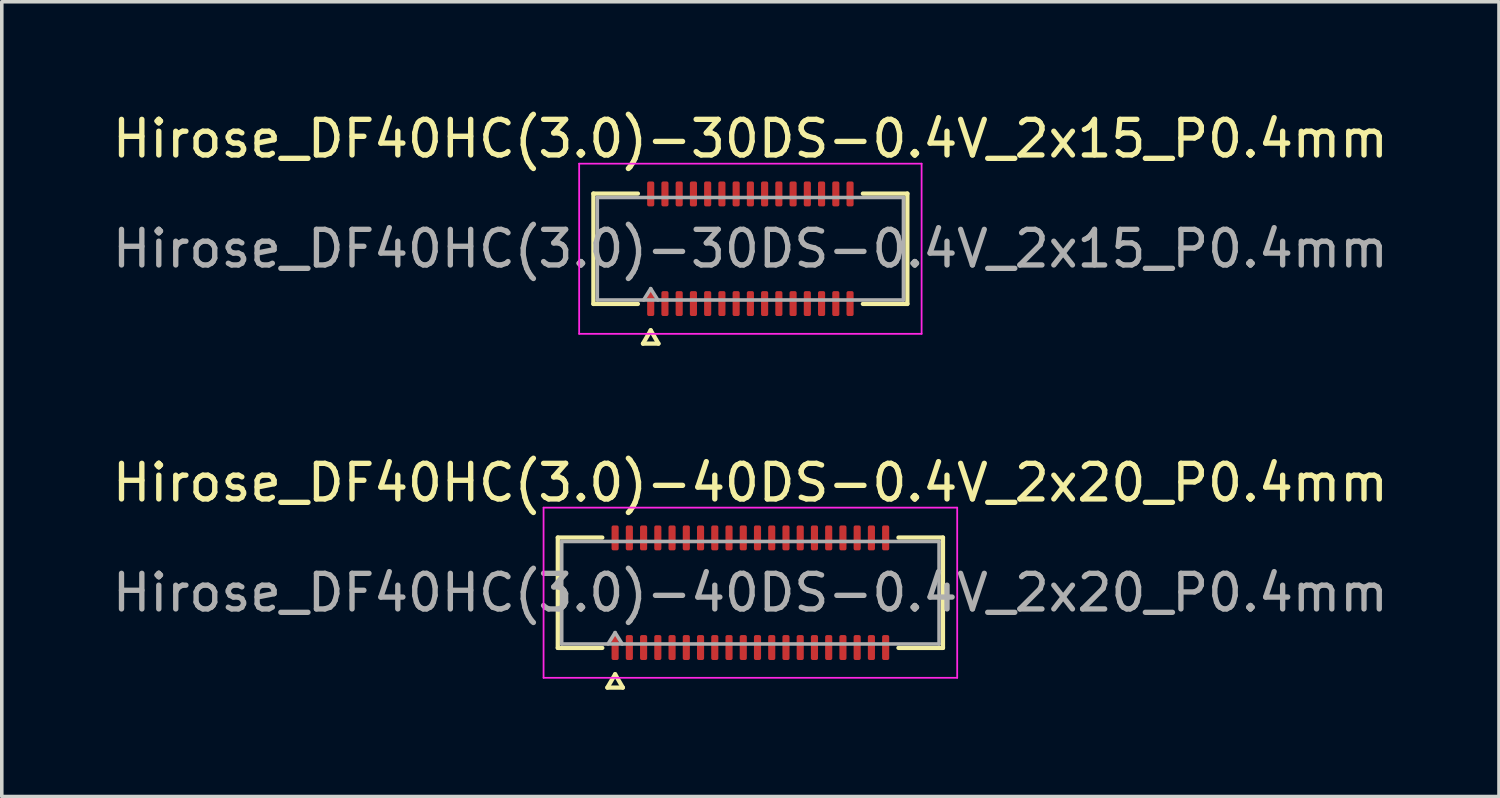
<source format=kicad_pcb>
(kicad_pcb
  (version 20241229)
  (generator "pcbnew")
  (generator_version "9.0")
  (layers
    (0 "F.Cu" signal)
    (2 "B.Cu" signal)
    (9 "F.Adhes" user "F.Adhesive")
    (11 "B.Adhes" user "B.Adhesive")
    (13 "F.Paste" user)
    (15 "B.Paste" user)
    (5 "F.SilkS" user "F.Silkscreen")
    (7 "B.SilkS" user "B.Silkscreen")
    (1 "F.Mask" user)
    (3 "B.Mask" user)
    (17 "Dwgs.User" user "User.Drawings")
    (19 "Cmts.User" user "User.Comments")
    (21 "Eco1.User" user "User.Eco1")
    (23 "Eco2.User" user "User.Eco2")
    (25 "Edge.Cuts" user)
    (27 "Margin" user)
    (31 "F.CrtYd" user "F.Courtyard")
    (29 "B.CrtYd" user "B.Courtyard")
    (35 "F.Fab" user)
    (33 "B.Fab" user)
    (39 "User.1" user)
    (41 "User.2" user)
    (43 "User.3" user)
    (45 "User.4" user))
  (footprint "Hirose_DF40HC(3.0)-40DS-0.4V_2x20_P0.4mm"
    (layer "F.Cu")
    (at 18.03 13.601)
    (property "Reference" "Hirose_DF40HC(3.0)-40DS-0.4V_2x20_P0.4mm" (at 0 -3.09 0) (layer "F.SilkS") (effects (font (size 1 1) (thickness 0.15))))
    (attr smd)
    (fp_line (start -5.41 -1.55) (end -4.16 -1.55) (stroke (width 0.12) (type solid)) (layer "F.SilkS"))
    (fp_line (start -5.41 1.55) (end -5.41 -1.55) (stroke (width 0.12) (type solid)) (layer "F.SilkS"))
    (fp_line (start -4.16 1.55) (end -5.41 1.55) (stroke (width 0.12) (type solid)) (layer "F.SilkS"))
    (fp_line (start -4.017 2.665) (end -3.8 2.29) (stroke (width 0.12) (type solid)) (layer "F.SilkS"))
    (fp_line (start -3.8 2.29) (end -3.583 2.665) (stroke (width 0.12) (type solid)) (layer "F.SilkS"))
    (fp_line (start -3.583 2.665) (end -4.017 2.665) (stroke (width 0.12) (type solid)) (layer "F.SilkS"))
    (fp_line (start 4.16 -1.55) (end 5.41 -1.55) (stroke (width 0.12) (type solid)) (layer "F.SilkS"))
    (fp_line (start 5.41 -1.55) (end 5.41 1.55) (stroke (width 0.12) (type solid)) (layer "F.SilkS"))
    (fp_line (start 5.41 1.55) (end 4.16 1.55) (stroke (width 0.12) (type solid)) (layer "F.SilkS"))
    (fp_line (start -5.81 -2.39) (end -5.81 2.39) (stroke (width 0.05) (type solid)) (layer "F.CrtYd"))
    (fp_line (start -5.81 2.39) (end 5.81 2.39) (stroke (width 0.05) (type solid)) (layer "F.CrtYd"))
    (fp_line (start 5.81 -2.39) (end -5.81 -2.39) (stroke (width 0.05) (type solid)) (layer "F.CrtYd"))
    (fp_line (start 5.81 2.39) (end 5.81 -2.39) (stroke (width 0.05) (type solid)) (layer "F.CrtYd"))
    (fp_line (start -5.3 -1.44) (end 5.3 -1.44) (stroke (width 0.1) (type solid)) (layer "F.Fab"))
    (fp_line (start -5.3 1.44) (end -5.3 -1.44) (stroke (width 0.1) (type solid)) (layer "F.Fab"))
    (fp_line (start -4 1.44) (end -3.8 1.12) (stroke (width 0.1) (type solid)) (layer "F.Fab"))
    (fp_line (start -3.8 1.12) (end -3.6 1.44) (stroke (width 0.1) (type solid)) (layer "F.Fab"))
    (fp_line (start 5.3 -1.44) (end 5.3 1.44) (stroke (width 0.1) (type solid)) (layer "F.Fab"))
    (fp_line (start 5.3 1.44) (end -5.3 1.44) (stroke (width 0.1) (type solid)) (layer "F.Fab"))
    (fp_text user "${REFERENCE}" (at 0 0 0) (layer "F.Fab") (effects (font (size 1 1) (thickness 0.15))))
    (pad "1" smd roundrect (at -3.8 1.54) (size 0.2 0.7) (layers "F.Cu" "F.Mask" "F.Paste") (roundrect_rratio 0.25))
    (pad "2" smd roundrect (at -3.8 -1.54) (size 0.2 0.7) (layers "F.Cu" "F.Mask" "F.Paste") (roundrect_rratio 0.25))
    (pad "3" smd roundrect (at -3.4 1.54) (size 0.2 0.7) (layers "F.Cu" "F.Mask" "F.Paste") (roundrect_rratio 0.25))
    (pad "4" smd roundrect (at -3.4 -1.54) (size 0.2 0.7) (layers "F.Cu" "F.Mask" "F.Paste") (roundrect_rratio 0.25))
    (pad "5" smd roundrect (at -3 1.54) (size 0.2 0.7) (layers "F.Cu" "F.Mask" "F.Paste") (roundrect_rratio 0.25))
    (pad "6" smd roundrect (at -3 -1.54) (size 0.2 0.7) (layers "F.Cu" "F.Mask" "F.Paste") (roundrect_rratio 0.25))
    (pad "7" smd roundrect (at -2.6 1.54) (size 0.2 0.7) (layers "F.Cu" "F.Mask" "F.Paste") (roundrect_rratio 0.25))
    (pad "8" smd roundrect (at -2.6 -1.54) (size 0.2 0.7) (layers "F.Cu" "F.Mask" "F.Paste") (roundrect_rratio 0.25))
    (pad "9" smd roundrect (at -2.2 1.54) (size 0.2 0.7) (layers "F.Cu" "F.Mask" "F.Paste") (roundrect_rratio 0.25))
    (pad "10" smd roundrect (at -2.2 -1.54) (size 0.2 0.7) (layers "F.Cu" "F.Mask" "F.Paste") (roundrect_rratio 0.25))
    (pad "11" smd roundrect (at -1.8 1.54) (size 0.2 0.7) (layers "F.Cu" "F.Mask" "F.Paste") (roundrect_rratio 0.25))
    (pad "12" smd roundrect (at -1.8 -1.54) (size 0.2 0.7) (layers "F.Cu" "F.Mask" "F.Paste") (roundrect_rratio 0.25))
    (pad "13" smd roundrect (at -1.4 1.54) (size 0.2 0.7) (layers "F.Cu" "F.Mask" "F.Paste") (roundrect_rratio 0.25))
    (pad "14" smd roundrect (at -1.4 -1.54) (size 0.2 0.7) (layers "F.Cu" "F.Mask" "F.Paste") (roundrect_rratio 0.25))
    (pad "15" smd roundrect (at -1 1.54) (size 0.2 0.7) (layers "F.Cu" "F.Mask" "F.Paste") (roundrect_rratio 0.25))
    (pad "16" smd roundrect (at -1 -1.54) (size 0.2 0.7) (layers "F.Cu" "F.Mask" "F.Paste") (roundrect_rratio 0.25))
    (pad "17" smd roundrect (at -0.6 1.54) (size 0.2 0.7) (layers "F.Cu" "F.Mask" "F.Paste") (roundrect_rratio 0.25))
    (pad "18" smd roundrect (at -0.6 -1.54) (size 0.2 0.7) (layers "F.Cu" "F.Mask" "F.Paste") (roundrect_rratio 0.25))
    (pad "19" smd roundrect (at -0.2 1.54) (size 0.2 0.7) (layers "F.Cu" "F.Mask" "F.Paste") (roundrect_rratio 0.25))
    (pad "20" smd roundrect (at -0.2 -1.54) (size 0.2 0.7) (layers "F.Cu" "F.Mask" "F.Paste") (roundrect_rratio 0.25))
    (pad "21" smd roundrect (at 0.2 1.54) (size 0.2 0.7) (layers "F.Cu" "F.Mask" "F.Paste") (roundrect_rratio 0.25))
    (pad "22" smd roundrect (at 0.2 -1.54) (size 0.2 0.7) (layers "F.Cu" "F.Mask" "F.Paste") (roundrect_rratio 0.25))
    (pad "23" smd roundrect (at 0.6 1.54) (size 0.2 0.7) (layers "F.Cu" "F.Mask" "F.Paste") (roundrect_rratio 0.25))
    (pad "24" smd roundrect (at 0.6 -1.54) (size 0.2 0.7) (layers "F.Cu" "F.Mask" "F.Paste") (roundrect_rratio 0.25))
    (pad "25" smd roundrect (at 1 1.54) (size 0.2 0.7) (layers "F.Cu" "F.Mask" "F.Paste") (roundrect_rratio 0.25))
    (pad "26" smd roundrect (at 1 -1.54) (size 0.2 0.7) (layers "F.Cu" "F.Mask" "F.Paste") (roundrect_rratio 0.25))
    (pad "27" smd roundrect (at 1.4 1.54) (size 0.2 0.7) (layers "F.Cu" "F.Mask" "F.Paste") (roundrect_rratio 0.25))
    (pad "28" smd roundrect (at 1.4 -1.54) (size 0.2 0.7) (layers "F.Cu" "F.Mask" "F.Paste") (roundrect_rratio 0.25))
    (pad "29" smd roundrect (at 1.8 1.54) (size 0.2 0.7) (layers "F.Cu" "F.Mask" "F.Paste") (roundrect_rratio 0.25))
    (pad "30" smd roundrect (at 1.8 -1.54) (size 0.2 0.7) (layers "F.Cu" "F.Mask" "F.Paste") (roundrect_rratio 0.25))
    (pad "31" smd roundrect (at 2.2 1.54) (size 0.2 0.7) (layers "F.Cu" "F.Mask" "F.Paste") (roundrect_rratio 0.25))
    (pad "32" smd roundrect (at 2.2 -1.54) (size 0.2 0.7) (layers "F.Cu" "F.Mask" "F.Paste") (roundrect_rratio 0.25))
    (pad "33" smd roundrect (at 2.6 1.54) (size 0.2 0.7) (layers "F.Cu" "F.Mask" "F.Paste") (roundrect_rratio 0.25))
    (pad "34" smd roundrect (at 2.6 -1.54) (size 0.2 0.7) (layers "F.Cu" "F.Mask" "F.Paste") (roundrect_rratio 0.25))
    (pad "35" smd roundrect (at 3 1.54) (size 0.2 0.7) (layers "F.Cu" "F.Mask" "F.Paste") (roundrect_rratio 0.25))
    (pad "36" smd roundrect (at 3 -1.54) (size 0.2 0.7) (layers "F.Cu" "F.Mask" "F.Paste") (roundrect_rratio 0.25))
    (pad "37" smd roundrect (at 3.4 1.54) (size 0.2 0.7) (layers "F.Cu" "F.Mask" "F.Paste") (roundrect_rratio 0.25))
    (pad "38" smd roundrect (at 3.4 -1.54) (size 0.2 0.7) (layers "F.Cu" "F.Mask" "F.Paste") (roundrect_rratio 0.25))
    (pad "39" smd roundrect (at 3.8 1.54) (size 0.2 0.7) (layers "F.Cu" "F.Mask" "F.Paste") (roundrect_rratio 0.25))
    (pad "40" smd roundrect (at 3.8 -1.54) (size 0.2 0.7) (layers "F.Cu" "F.Mask" "F.Paste") (roundrect_rratio 0.25)))
  (footprint "Hirose_DF40HC(3.0)-30DS-0.4V_2x15_P0.4mm"
    (layer "F.Cu")
    (at 18.03 3.938)
    (property "Reference" "Hirose_DF40HC(3.0)-30DS-0.4V_2x15_P0.4mm" (at 0 -3.09 0) (layer "F.SilkS") (effects (font (size 1 1) (thickness 0.15))))
    (attr smd)
    (fp_line (start -4.41 -1.55) (end -3.16 -1.55) (stroke (width 0.12) (type solid)) (layer "F.SilkS"))
    (fp_line (start -4.41 1.55) (end -4.41 -1.55) (stroke (width 0.12) (type solid)) (layer "F.SilkS"))
    (fp_line (start -3.16 1.55) (end -4.41 1.55) (stroke (width 0.12) (type solid)) (layer "F.SilkS"))
    (fp_line (start -3.017 2.665) (end -2.8 2.29) (stroke (width 0.12) (type solid)) (layer "F.SilkS"))
    (fp_line (start -2.8 2.29) (end -2.583 2.665) (stroke (width 0.12) (type solid)) (layer "F.SilkS"))
    (fp_line (start -2.583 2.665) (end -3.017 2.665) (stroke (width 0.12) (type solid)) (layer "F.SilkS"))
    (fp_line (start 3.16 -1.55) (end 4.41 -1.55) (stroke (width 0.12) (type solid)) (layer "F.SilkS"))
    (fp_line (start 4.41 -1.55) (end 4.41 1.55) (stroke (width 0.12) (type solid)) (layer "F.SilkS"))
    (fp_line (start 4.41 1.55) (end 3.16 1.55) (stroke (width 0.12) (type solid)) (layer "F.SilkS"))
    (fp_line (start -4.81 -2.39) (end -4.81 2.39) (stroke (width 0.05) (type solid)) (layer "F.CrtYd"))
    (fp_line (start -4.81 2.39) (end 4.81 2.39) (stroke (width 0.05) (type solid)) (layer "F.CrtYd"))
    (fp_line (start 4.81 -2.39) (end -4.81 -2.39) (stroke (width 0.05) (type solid)) (layer "F.CrtYd"))
    (fp_line (start 4.81 2.39) (end 4.81 -2.39) (stroke (width 0.05) (type solid)) (layer "F.CrtYd"))
    (fp_line (start -4.3 -1.44) (end 4.3 -1.44) (stroke (width 0.1) (type solid)) (layer "F.Fab"))
    (fp_line (start -4.3 1.44) (end -4.3 -1.44) (stroke (width 0.1) (type solid)) (layer "F.Fab"))
    (fp_line (start -3 1.44) (end -2.8 1.12) (stroke (width 0.1) (type solid)) (layer "F.Fab"))
    (fp_line (start -2.8 1.12) (end -2.6 1.44) (stroke (width 0.1) (type solid)) (layer "F.Fab"))
    (fp_line (start 4.3 -1.44) (end 4.3 1.44) (stroke (width 0.1) (type solid)) (layer "F.Fab"))
    (fp_line (start 4.3 1.44) (end -4.3 1.44) (stroke (width 0.1) (type solid)) (layer "F.Fab"))
    (fp_text user "${REFERENCE}" (at 0 0 0) (layer "F.Fab") (effects (font (size 1 1) (thickness 0.15))))
    (pad "1" smd roundrect (at -2.8 1.54) (size 0.2 0.7) (layers "F.Cu" "F.Mask" "F.Paste") (roundrect_rratio 0.25))
    (pad "2" smd roundrect (at -2.8 -1.54) (size 0.2 0.7) (layers "F.Cu" "F.Mask" "F.Paste") (roundrect_rratio 0.25))
    (pad "3" smd roundrect (at -2.4 1.54) (size 0.2 0.7) (layers "F.Cu" "F.Mask" "F.Paste") (roundrect_rratio 0.25))
    (pad "4" smd roundrect (at -2.4 -1.54) (size 0.2 0.7) (layers "F.Cu" "F.Mask" "F.Paste") (roundrect_rratio 0.25))
    (pad "5" smd roundrect (at -2 1.54) (size 0.2 0.7) (layers "F.Cu" "F.Mask" "F.Paste") (roundrect_rratio 0.25))
    (pad "6" smd roundrect (at -2 -1.54) (size 0.2 0.7) (layers "F.Cu" "F.Mask" "F.Paste") (roundrect_rratio 0.25))
    (pad "7" smd roundrect (at -1.6 1.54) (size 0.2 0.7) (layers "F.Cu" "F.Mask" "F.Paste") (roundrect_rratio 0.25))
    (pad "8" smd roundrect (at -1.6 -1.54) (size 0.2 0.7) (layers "F.Cu" "F.Mask" "F.Paste") (roundrect_rratio 0.25))
    (pad "9" smd roundrect (at -1.2 1.54) (size 0.2 0.7) (layers "F.Cu" "F.Mask" "F.Paste") (roundrect_rratio 0.25))
    (pad "10" smd roundrect (at -1.2 -1.54) (size 0.2 0.7) (layers "F.Cu" "F.Mask" "F.Paste") (roundrect_rratio 0.25))
    (pad "11" smd roundrect (at -0.8 1.54) (size 0.2 0.7) (layers "F.Cu" "F.Mask" "F.Paste") (roundrect_rratio 0.25))
    (pad "12" smd roundrect (at -0.8 -1.54) (size 0.2 0.7) (layers "F.Cu" "F.Mask" "F.Paste") (roundrect_rratio 0.25))
    (pad "13" smd roundrect (at -0.4 1.54) (size 0.2 0.7) (layers "F.Cu" "F.Mask" "F.Paste") (roundrect_rratio 0.25))
    (pad "14" smd roundrect (at -0.4 -1.54) (size 0.2 0.7) (layers "F.Cu" "F.Mask" "F.Paste") (roundrect_rratio 0.25))
    (pad "15" smd roundrect (at 0 1.54) (size 0.2 0.7) (layers "F.Cu" "F.Mask" "F.Paste") (roundrect_rratio 0.25))
    (pad "16" smd roundrect (at 0 -1.54) (size 0.2 0.7) (layers "F.Cu" "F.Mask" "F.Paste") (roundrect_rratio 0.25))
    (pad "17" smd roundrect (at 0.4 1.54) (size 0.2 0.7) (layers "F.Cu" "F.Mask" "F.Paste") (roundrect_rratio 0.25))
    (pad "18" smd roundrect (at 0.4 -1.54) (size 0.2 0.7) (layers "F.Cu" "F.Mask" "F.Paste") (roundrect_rratio 0.25))
    (pad "19" smd roundrect (at 0.8 1.54) (size 0.2 0.7) (layers "F.Cu" "F.Mask" "F.Paste") (roundrect_rratio 0.25))
    (pad "20" smd roundrect (at 0.8 -1.54) (size 0.2 0.7) (layers "F.Cu" "F.Mask" "F.Paste") (roundrect_rratio 0.25))
    (pad "21" smd roundrect (at 1.2 1.54) (size 0.2 0.7) (layers "F.Cu" "F.Mask" "F.Paste") (roundrect_rratio 0.25))
    (pad "22" smd roundrect (at 1.2 -1.54) (size 0.2 0.7) (layers "F.Cu" "F.Mask" "F.Paste") (roundrect_rratio 0.25))
    (pad "23" smd roundrect (at 1.6 1.54) (size 0.2 0.7) (layers "F.Cu" "F.Mask" "F.Paste") (roundrect_rratio 0.25))
    (pad "24" smd roundrect (at 1.6 -1.54) (size 0.2 0.7) (layers "F.Cu" "F.Mask" "F.Paste") (roundrect_rratio 0.25))
    (pad "25" smd roundrect (at 2 1.54) (size 0.2 0.7) (layers "F.Cu" "F.Mask" "F.Paste") (roundrect_rratio 0.25))
    (pad "26" smd roundrect (at 2 -1.54) (size 0.2 0.7) (layers "F.Cu" "F.Mask" "F.Paste") (roundrect_rratio 0.25))
    (pad "27" smd roundrect (at 2.4 1.54) (size 0.2 0.7) (layers "F.Cu" "F.Mask" "F.Paste") (roundrect_rratio 0.25))
    (pad "28" smd roundrect (at 2.4 -1.54) (size 0.2 0.7) (layers "F.Cu" "F.Mask" "F.Paste") (roundrect_rratio 0.25))
    (pad "29" smd roundrect (at 2.8 1.54) (size 0.2 0.7) (layers "F.Cu" "F.Mask" "F.Paste") (roundrect_rratio 0.25))
    (pad "30" smd roundrect (at 2.8 -1.54) (size 0.2 0.7) (layers "F.Cu" "F.Mask" "F.Paste") (roundrect_rratio 0.25)))
  (gr_rect
    (start -3 -3)
    (end 39.06 19.326)
    (stroke (width 0.1) (type default))
    (fill no)
    (layer "Edge.Cuts")))
</source>
